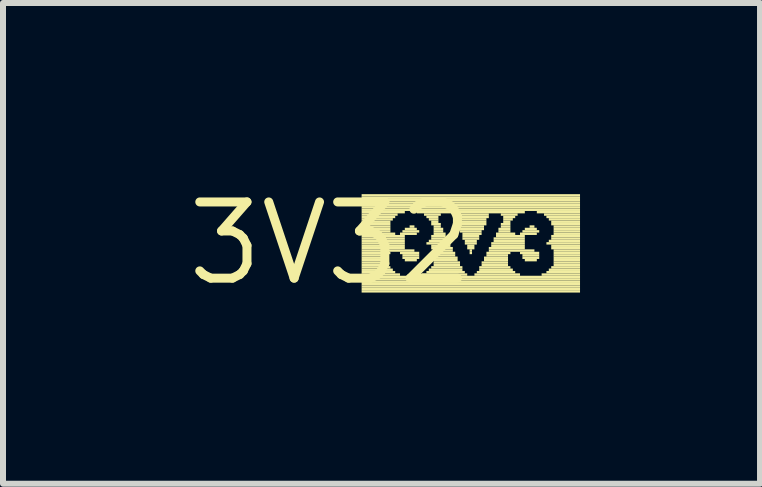
<source format=kicad_pcb>
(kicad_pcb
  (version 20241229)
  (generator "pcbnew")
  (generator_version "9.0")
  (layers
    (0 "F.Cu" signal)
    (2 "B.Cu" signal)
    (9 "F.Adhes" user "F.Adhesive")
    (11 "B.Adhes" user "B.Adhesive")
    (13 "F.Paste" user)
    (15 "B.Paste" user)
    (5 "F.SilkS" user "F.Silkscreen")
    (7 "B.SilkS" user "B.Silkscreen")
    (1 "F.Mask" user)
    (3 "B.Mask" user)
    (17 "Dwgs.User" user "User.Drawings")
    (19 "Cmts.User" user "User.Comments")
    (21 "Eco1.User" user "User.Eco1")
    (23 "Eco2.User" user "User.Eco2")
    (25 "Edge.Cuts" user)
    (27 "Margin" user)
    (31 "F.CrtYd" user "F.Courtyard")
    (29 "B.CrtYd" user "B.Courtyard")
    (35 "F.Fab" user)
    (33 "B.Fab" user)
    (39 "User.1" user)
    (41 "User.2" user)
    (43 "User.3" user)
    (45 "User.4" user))
  (footprint "3V32"
    (layer "F.Cu")
    (at 2.457 1.006)
    (property "Reference" "3V32" (at 0 0 0) (layer "F.SilkS") (effects (font (size 1.27 1.27) (thickness 0.15))))
    (fp_poly (pts (xy 0.52 -0.78) (xy 4.16 -0.78) (xy 4.16 -0.82) (xy 0.52 -0.82)) (stroke (width 0) (type default)) (fill yes) (layer "F.SilkS"))
    (fp_poly (pts (xy 0.52 -0.74) (xy 4.16 -0.74) (xy 4.16 -0.78) (xy 0.52 -0.78)) (stroke (width 0) (type default)) (fill yes) (layer "F.SilkS"))
    (fp_poly (pts (xy 0.52 -0.7) (xy 4.16 -0.7) (xy 4.16 -0.74) (xy 0.52 -0.74)) (stroke (width 0) (type default)) (fill yes) (layer "F.SilkS"))
    (fp_poly (pts (xy 0.52 -0.66) (xy 4.16 -0.66) (xy 4.16 -0.7) (xy 0.52 -0.7)) (stroke (width 0) (type default)) (fill yes) (layer "F.SilkS"))
    (fp_poly (pts (xy 0.52 -0.62) (xy 4.16 -0.62) (xy 4.16 -0.66) (xy 0.52 -0.66)) (stroke (width 0) (type default)) (fill yes) (layer "F.SilkS"))
    (fp_poly (pts (xy 0.52 -0.58) (xy 4.16 -0.58) (xy 4.16 -0.62) (xy 0.52 -0.62)) (stroke (width 0) (type default)) (fill yes) (layer "F.SilkS"))
    (fp_poly (pts (xy 0.52 -0.54) (xy 4.16 -0.54) (xy 4.16 -0.58) (xy 0.52 -0.58)) (stroke (width 0) (type default)) (fill yes) (layer "F.SilkS"))
    (fp_poly (pts (xy 0.52 -0.5) (xy 1.24 -0.5) (xy 1.24 -0.54) (xy 0.52 -0.54)) (stroke (width 0) (type default)) (fill yes) (layer "F.SilkS"))
    (fp_poly (pts (xy 0.52 -0.46) (xy 1.12 -0.46) (xy 1.12 -0.5) (xy 0.52 -0.5)) (stroke (width 0) (type default)) (fill yes) (layer "F.SilkS"))
    (fp_poly (pts (xy 0.52 -0.42) (xy 1.08 -0.42) (xy 1.08 -0.46) (xy 0.52 -0.46)) (stroke (width 0) (type default)) (fill yes) (layer "F.SilkS"))
    (fp_poly (pts (xy 0.52 -0.38) (xy 1.04 -0.38) (xy 1.04 -0.42) (xy 0.52 -0.42)) (stroke (width 0) (type default)) (fill yes) (layer "F.SilkS"))
    (fp_poly (pts (xy 0.52 -0.34) (xy 1 -0.34) (xy 1 -0.38) (xy 0.52 -0.38)) (stroke (width 0) (type default)) (fill yes) (layer "F.SilkS"))
    (fp_poly (pts (xy 0.52 -0.3) (xy 1 -0.3) (xy 1 -0.34) (xy 0.52 -0.34)) (stroke (width 0) (type default)) (fill yes) (layer "F.SilkS"))
    (fp_poly (pts (xy 0.52 -0.26) (xy 1 -0.26) (xy 1 -0.3) (xy 0.52 -0.3)) (stroke (width 0) (type default)) (fill yes) (layer "F.SilkS"))
    (fp_poly (pts (xy 0.52 -0.22) (xy 1 -0.22) (xy 1 -0.26) (xy 0.52 -0.26)) (stroke (width 0) (type default)) (fill yes) (layer "F.SilkS"))
    (fp_poly (pts (xy 0.52 -0.18) (xy 1 -0.18) (xy 1 -0.22) (xy 0.52 -0.22)) (stroke (width 0) (type default)) (fill yes) (layer "F.SilkS"))
    (fp_poly (pts (xy 0.52 -0.14) (xy 1.08 -0.14) (xy 1.08 -0.18) (xy 0.52 -0.18)) (stroke (width 0) (type default)) (fill yes) (layer "F.SilkS"))
    (fp_poly (pts (xy 0.52 -0.1) (xy 1.24 -0.1) (xy 1.24 -0.14) (xy 0.52 -0.14)) (stroke (width 0) (type default)) (fill yes) (layer "F.SilkS"))
    (fp_poly (pts (xy 0.52 -0.06) (xy 1.24 -0.06) (xy 1.24 -0.1) (xy 0.52 -0.1)) (stroke (width 0) (type default)) (fill yes) (layer "F.SilkS"))
    (fp_poly (pts (xy 0.52 -0.02) (xy 1.24 -0.02) (xy 1.24 -0.06) (xy 0.52 -0.06)) (stroke (width 0) (type default)) (fill yes) (layer "F.SilkS"))
    (fp_poly (pts (xy 0.52 0.02) (xy 1.24 0.02) (xy 1.24 -0.02) (xy 0.52 -0.02)) (stroke (width 0) (type default)) (fill yes) (layer "F.SilkS"))
    (fp_poly (pts (xy 0.52 0.06) (xy 1.24 0.06) (xy 1.24 0.02) (xy 0.52 0.02)) (stroke (width 0) (type default)) (fill yes) (layer "F.SilkS"))
    (fp_poly (pts (xy 0.52 0.1) (xy 1.24 0.1) (xy 1.24 0.06) (xy 0.52 0.06)) (stroke (width 0) (type default)) (fill yes) (layer "F.SilkS"))
    (fp_poly (pts (xy 0.52 0.14) (xy 1.4 0.14) (xy 1.4 0.1) (xy 0.52 0.1)) (stroke (width 0) (type default)) (fill yes) (layer "F.SilkS"))
    (fp_poly (pts (xy 0.52 0.18) (xy 1 0.18) (xy 1 0.14) (xy 0.52 0.14)) (stroke (width 0) (type default)) (fill yes) (layer "F.SilkS"))
    (fp_poly (pts (xy 0.52 0.22) (xy 0.96 0.22) (xy 0.96 0.18) (xy 0.52 0.18)) (stroke (width 0) (type default)) (fill yes) (layer "F.SilkS"))
    (fp_poly (pts (xy 0.52 0.26) (xy 0.96 0.26) (xy 0.96 0.22) (xy 0.52 0.22)) (stroke (width 0) (type default)) (fill yes) (layer "F.SilkS"))
    (fp_poly (pts (xy 0.52 0.3) (xy 0.96 0.3) (xy 0.96 0.26) (xy 0.52 0.26)) (stroke (width 0) (type default)) (fill yes) (layer "F.SilkS"))
    (fp_poly (pts (xy 0.52 0.34) (xy 0.96 0.34) (xy 0.96 0.3) (xy 0.52 0.3)) (stroke (width 0) (type default)) (fill yes) (layer "F.SilkS"))
    (fp_poly (pts (xy 0.52 0.38) (xy 0.96 0.38) (xy 0.96 0.34) (xy 0.52 0.34)) (stroke (width 0) (type default)) (fill yes) (layer "F.SilkS"))
    (fp_poly (pts (xy 0.52 0.42) (xy 1 0.42) (xy 1 0.38) (xy 0.52 0.38)) (stroke (width 0) (type default)) (fill yes) (layer "F.SilkS"))
    (fp_poly (pts (xy 0.52 0.46) (xy 1.04 0.46) (xy 1.04 0.42) (xy 0.52 0.42)) (stroke (width 0) (type default)) (fill yes) (layer "F.SilkS"))
    (fp_poly (pts (xy 0.52 0.5) (xy 1.08 0.5) (xy 1.08 0.46) (xy 0.52 0.46)) (stroke (width 0) (type default)) (fill yes) (layer "F.SilkS"))
    (fp_poly (pts (xy 0.52 0.54) (xy 1.16 0.54) (xy 1.16 0.5) (xy 0.52 0.5)) (stroke (width 0) (type default)) (fill yes) (layer "F.SilkS"))
    (fp_poly (pts (xy 0.52 0.58) (xy 4.16 0.58) (xy 4.16 0.54) (xy 0.52 0.54)) (stroke (width 0) (type default)) (fill yes) (layer "F.SilkS"))
    (fp_poly (pts (xy 0.52 0.62) (xy 4.16 0.62) (xy 4.16 0.58) (xy 0.52 0.58)) (stroke (width 0) (type default)) (fill yes) (layer "F.SilkS"))
    (fp_poly (pts (xy 0.52 0.66) (xy 4.16 0.66) (xy 4.16 0.62) (xy 0.52 0.62)) (stroke (width 0) (type default)) (fill yes) (layer "F.SilkS"))
    (fp_poly (pts (xy 0.52 0.7) (xy 4.16 0.7) (xy 4.16 0.66) (xy 0.52 0.66)) (stroke (width 0) (type default)) (fill yes) (layer "F.SilkS"))
    (fp_poly (pts (xy 0.52 0.74) (xy 4.16 0.74) (xy 4.16 0.7) (xy 0.52 0.7)) (stroke (width 0) (type default)) (fill yes) (layer "F.SilkS"))
    (fp_poly (pts (xy 0.52 0.78) (xy 4.16 0.78) (xy 4.16 0.74) (xy 0.52 0.74)) (stroke (width 0) (type default)) (fill yes) (layer "F.SilkS"))
    (fp_poly (pts (xy 0.52 0.82) (xy 4.16 0.82) (xy 4.16 0.78) (xy 0.52 0.78)) (stroke (width 0) (type default)) (fill yes) (layer "F.SilkS"))
    (fp_poly (pts (xy 1.16 -0.14) (xy 1.44 -0.14) (xy 1.44 -0.18) (xy 1.16 -0.18)) (stroke (width 0) (type default)) (fill yes) (layer "F.SilkS"))
    (fp_poly (pts (xy 1.16 0.18) (xy 1.48 0.18) (xy 1.48 0.14) (xy 1.16 0.14)) (stroke (width 0) (type default)) (fill yes) (layer "F.SilkS"))
    (fp_poly (pts (xy 1.2 -0.18) (xy 1.48 -0.18) (xy 1.48 -0.22) (xy 1.2 -0.22)) (stroke (width 0) (type default)) (fill yes) (layer "F.SilkS"))
    (fp_poly (pts (xy 1.2 0.22) (xy 1.48 0.22) (xy 1.48 0.18) (xy 1.2 0.18)) (stroke (width 0) (type default)) (fill yes) (layer "F.SilkS"))
    (fp_poly (pts (xy 1.2 0.26) (xy 1.48 0.26) (xy 1.48 0.22) (xy 1.2 0.22)) (stroke (width 0) (type default)) (fill yes) (layer "F.SilkS"))
    (fp_poly (pts (xy 1.24 -0.22) (xy 1.44 -0.22) (xy 1.44 -0.26) (xy 1.24 -0.26)) (stroke (width 0) (type default)) (fill yes) (layer "F.SilkS"))
    (fp_poly (pts (xy 1.24 0.3) (xy 1.44 0.3) (xy 1.44 0.26) (xy 1.24 0.26)) (stroke (width 0) (type default)) (fill yes) (layer "F.SilkS"))
    (fp_poly (pts (xy 1.32 -0.26) (xy 1.4 -0.26) (xy 1.4 -0.3) (xy 1.32 -0.3)) (stroke (width 0) (type default)) (fill yes) (layer "F.SilkS"))
    (fp_poly (pts (xy 1.44 -0.5) (xy 3.24 -0.5) (xy 3.24 -0.54) (xy 1.44 -0.54)) (stroke (width 0) (type default)) (fill yes) (layer "F.SilkS"))
    (fp_poly (pts (xy 1.52 0.54) (xy 2.28 0.54) (xy 2.28 0.5) (xy 1.52 0.5)) (stroke (width 0) (type default)) (fill yes) (layer "F.SilkS"))
    (fp_poly (pts (xy 1.56 -0.46) (xy 1.84 -0.46) (xy 1.84 -0.5) (xy 1.56 -0.5)) (stroke (width 0) (type default)) (fill yes) (layer "F.SilkS"))
    (fp_poly (pts (xy 1.6 -0.42) (xy 1.8 -0.42) (xy 1.8 -0.46) (xy 1.6 -0.46)) (stroke (width 0) (type default)) (fill yes) (layer "F.SilkS"))
    (fp_poly (pts (xy 1.6 0.02) (xy 2 0.02) (xy 2 -0.02) (xy 1.6 -0.02)) (stroke (width 0) (type default)) (fill yes) (layer "F.SilkS"))
    (fp_poly (pts (xy 1.6 0.5) (xy 2.24 0.5) (xy 2.24 0.46) (xy 1.6 0.46)) (stroke (width 0) (type default)) (fill yes) (layer "F.SilkS"))
    (fp_poly (pts (xy 1.64 -0.38) (xy 1.8 -0.38) (xy 1.8 -0.42) (xy 1.64 -0.42)) (stroke (width 0) (type default)) (fill yes) (layer "F.SilkS"))
    (fp_poly (pts (xy 1.64 -0.02) (xy 1.96 -0.02) (xy 1.96 -0.06) (xy 1.64 -0.06)) (stroke (width 0) (type default)) (fill yes) (layer "F.SilkS"))
    (fp_poly (pts (xy 1.64 0.46) (xy 2.2 0.46) (xy 2.2 0.42) (xy 1.64 0.42)) (stroke (width 0) (type default)) (fill yes) (layer "F.SilkS"))
    (fp_poly (pts (xy 1.68 -0.34) (xy 1.8 -0.34) (xy 1.8 -0.38) (xy 1.68 -0.38)) (stroke (width 0) (type default)) (fill yes) (layer "F.SilkS"))
    (fp_poly (pts (xy 1.68 -0.3) (xy 1.84 -0.3) (xy 1.84 -0.34) (xy 1.68 -0.34)) (stroke (width 0) (type default)) (fill yes) (layer "F.SilkS"))
    (fp_poly (pts (xy 1.68 -0.1) (xy 1.92 -0.1) (xy 1.92 -0.14) (xy 1.68 -0.14)) (stroke (width 0) (type default)) (fill yes) (layer "F.SilkS"))
    (fp_poly (pts (xy 1.68 -0.06) (xy 1.96 -0.06) (xy 1.96 -0.1) (xy 1.68 -0.1)) (stroke (width 0) (type default)) (fill yes) (layer "F.SilkS"))
    (fp_poly (pts (xy 1.68 0.06) (xy 2 0.06) (xy 2 0.02) (xy 1.68 0.02)) (stroke (width 0) (type default)) (fill yes) (layer "F.SilkS"))
    (fp_poly (pts (xy 1.68 0.1) (xy 2.04 0.1) (xy 2.04 0.06) (xy 1.68 0.06)) (stroke (width 0) (type default)) (fill yes) (layer "F.SilkS"))
    (fp_poly (pts (xy 1.68 0.42) (xy 2.2 0.42) (xy 2.2 0.38) (xy 1.68 0.38)) (stroke (width 0) (type default)) (fill yes) (layer "F.SilkS"))
    (fp_poly (pts (xy 1.72 -0.26) (xy 1.84 -0.26) (xy 1.84 -0.3) (xy 1.72 -0.3)) (stroke (width 0) (type default)) (fill yes) (layer "F.SilkS"))
    (fp_poly (pts (xy 1.72 -0.22) (xy 1.88 -0.22) (xy 1.88 -0.26) (xy 1.72 -0.26)) (stroke (width 0) (type default)) (fill yes) (layer "F.SilkS"))
    (fp_poly (pts (xy 1.72 -0.18) (xy 1.88 -0.18) (xy 1.88 -0.22) (xy 1.72 -0.22)) (stroke (width 0) (type default)) (fill yes) (layer "F.SilkS"))
    (fp_poly (pts (xy 1.72 -0.14) (xy 1.92 -0.14) (xy 1.92 -0.18) (xy 1.72 -0.18)) (stroke (width 0) (type default)) (fill yes) (layer "F.SilkS"))
    (fp_poly (pts (xy 1.72 0.14) (xy 2.04 0.14) (xy 2.04 0.1) (xy 1.72 0.1)) (stroke (width 0) (type default)) (fill yes) (layer "F.SilkS"))
    (fp_poly (pts (xy 1.72 0.18) (xy 2.08 0.18) (xy 2.08 0.14) (xy 1.72 0.14)) (stroke (width 0) (type default)) (fill yes) (layer "F.SilkS"))
    (fp_poly (pts (xy 1.72 0.22) (xy 2.08 0.22) (xy 2.08 0.18) (xy 1.72 0.18)) (stroke (width 0) (type default)) (fill yes) (layer "F.SilkS"))
    (fp_poly (pts (xy 1.72 0.26) (xy 2.12 0.26) (xy 2.12 0.22) (xy 1.72 0.22)) (stroke (width 0) (type default)) (fill yes) (layer "F.SilkS"))
    (fp_poly (pts (xy 1.72 0.3) (xy 2.12 0.3) (xy 2.12 0.26) (xy 1.72 0.26)) (stroke (width 0) (type default)) (fill yes) (layer "F.SilkS"))
    (fp_poly (pts (xy 1.72 0.34) (xy 2.16 0.34) (xy 2.16 0.3) (xy 1.72 0.3)) (stroke (width 0) (type default)) (fill yes) (layer "F.SilkS"))
    (fp_poly (pts (xy 1.72 0.38) (xy 2.16 0.38) (xy 2.16 0.34) (xy 1.72 0.34)) (stroke (width 0) (type default)) (fill yes) (layer "F.SilkS"))
    (fp_poly (pts (xy 2.04 -0.46) (xy 2.64 -0.46) (xy 2.64 -0.5) (xy 2.04 -0.5)) (stroke (width 0) (type default)) (fill yes) (layer "F.SilkS"))
    (fp_poly (pts (xy 2.04 -0.42) (xy 2.64 -0.42) (xy 2.64 -0.46) (xy 2.04 -0.46)) (stroke (width 0) (type default)) (fill yes) (layer "F.SilkS"))
    (fp_poly (pts (xy 2.08 -0.38) (xy 2.6 -0.38) (xy 2.6 -0.42) (xy 2.08 -0.42)) (stroke (width 0) (type default)) (fill yes) (layer "F.SilkS"))
    (fp_poly (pts (xy 2.08 -0.34) (xy 2.6 -0.34) (xy 2.6 -0.38) (xy 2.08 -0.38)) (stroke (width 0) (type default)) (fill yes) (layer "F.SilkS"))
    (fp_poly (pts (xy 2.12 -0.3) (xy 2.6 -0.3) (xy 2.6 -0.34) (xy 2.12 -0.34)) (stroke (width 0) (type default)) (fill yes) (layer "F.SilkS"))
    (fp_poly (pts (xy 2.12 -0.26) (xy 2.56 -0.26) (xy 2.56 -0.3) (xy 2.12 -0.3)) (stroke (width 0) (type default)) (fill yes) (layer "F.SilkS"))
    (fp_poly (pts (xy 2.16 -0.22) (xy 2.56 -0.22) (xy 2.56 -0.26) (xy 2.16 -0.26)) (stroke (width 0) (type default)) (fill yes) (layer "F.SilkS"))
    (fp_poly (pts (xy 2.16 -0.18) (xy 2.52 -0.18) (xy 2.52 -0.22) (xy 2.16 -0.22)) (stroke (width 0) (type default)) (fill yes) (layer "F.SilkS"))
    (fp_poly (pts (xy 2.2 -0.14) (xy 2.52 -0.14) (xy 2.52 -0.18) (xy 2.2 -0.18)) (stroke (width 0) (type default)) (fill yes) (layer "F.SilkS"))
    (fp_poly (pts (xy 2.2 -0.1) (xy 2.48 -0.1) (xy 2.48 -0.14) (xy 2.2 -0.14)) (stroke (width 0) (type default)) (fill yes) (layer "F.SilkS"))
    (fp_poly (pts (xy 2.2 -0.06) (xy 2.48 -0.06) (xy 2.48 -0.1) (xy 2.2 -0.1)) (stroke (width 0) (type default)) (fill yes) (layer "F.SilkS"))
    (fp_poly (pts (xy 2.24 -0.02) (xy 2.44 -0.02) (xy 2.44 -0.06) (xy 2.24 -0.06)) (stroke (width 0) (type default)) (fill yes) (layer "F.SilkS"))
    (fp_poly (pts (xy 2.24 0.02) (xy 2.44 0.02) (xy 2.44 -0.02) (xy 2.24 -0.02)) (stroke (width 0) (type default)) (fill yes) (layer "F.SilkS"))
    (fp_poly (pts (xy 2.28 0.06) (xy 2.4 0.06) (xy 2.4 0.02) (xy 2.28 0.02)) (stroke (width 0) (type default)) (fill yes) (layer "F.SilkS"))
    (fp_poly (pts (xy 2.28 0.1) (xy 2.4 0.1) (xy 2.4 0.06) (xy 2.28 0.06)) (stroke (width 0) (type default)) (fill yes) (layer "F.SilkS"))
    (fp_poly (pts (xy 2.32 0.14) (xy 2.36 0.14) (xy 2.36 0.1) (xy 2.32 0.1)) (stroke (width 0) (type default)) (fill yes) (layer "F.SilkS"))
    (fp_poly (pts (xy 2.32 0.18) (xy 2.36 0.18) (xy 2.36 0.14) (xy 2.32 0.14)) (stroke (width 0) (type default)) (fill yes) (layer "F.SilkS"))
    (fp_poly (pts (xy 2.4 0.54) (xy 3.16 0.54) (xy 3.16 0.5) (xy 2.4 0.5)) (stroke (width 0) (type default)) (fill yes) (layer "F.SilkS"))
    (fp_poly (pts (xy 2.44 0.5) (xy 3.08 0.5) (xy 3.08 0.46) (xy 2.44 0.46)) (stroke (width 0) (type default)) (fill yes) (layer "F.SilkS"))
    (fp_poly (pts (xy 2.48 0.42) (xy 3 0.42) (xy 3 0.38) (xy 2.48 0.38)) (stroke (width 0) (type default)) (fill yes) (layer "F.SilkS"))
    (fp_poly (pts (xy 2.48 0.46) (xy 3.04 0.46) (xy 3.04 0.42) (xy 2.48 0.42)) (stroke (width 0) (type default)) (fill yes) (layer "F.SilkS"))
    (fp_poly (pts (xy 2.52 0.34) (xy 2.96 0.34) (xy 2.96 0.3) (xy 2.52 0.3)) (stroke (width 0) (type default)) (fill yes) (layer "F.SilkS"))
    (fp_poly (pts (xy 2.52 0.38) (xy 2.96 0.38) (xy 2.96 0.34) (xy 2.52 0.34)) (stroke (width 0) (type default)) (fill yes) (layer "F.SilkS"))
    (fp_poly (pts (xy 2.56 0.26) (xy 2.96 0.26) (xy 2.96 0.22) (xy 2.56 0.22)) (stroke (width 0) (type default)) (fill yes) (layer "F.SilkS"))
    (fp_poly (pts (xy 2.56 0.3) (xy 2.96 0.3) (xy 2.96 0.26) (xy 2.56 0.26)) (stroke (width 0) (type default)) (fill yes) (layer "F.SilkS"))
    (fp_poly (pts (xy 2.6 0.18) (xy 3 0.18) (xy 3 0.14) (xy 2.6 0.14)) (stroke (width 0) (type default)) (fill yes) (layer "F.SilkS"))
    (fp_poly (pts (xy 2.6 0.22) (xy 2.96 0.22) (xy 2.96 0.18) (xy 2.6 0.18)) (stroke (width 0) (type default)) (fill yes) (layer "F.SilkS"))
    (fp_poly (pts (xy 2.64 0.1) (xy 3.24 0.1) (xy 3.24 0.06) (xy 2.64 0.06)) (stroke (width 0) (type default)) (fill yes) (layer "F.SilkS"))
    (fp_poly (pts (xy 2.64 0.14) (xy 3.4 0.14) (xy 3.4 0.1) (xy 2.64 0.1)) (stroke (width 0) (type default)) (fill yes) (layer "F.SilkS"))
    (fp_poly (pts (xy 2.68 0.02) (xy 3.24 0.02) (xy 3.24 -0.02) (xy 2.68 -0.02)) (stroke (width 0) (type default)) (fill yes) (layer "F.SilkS"))
    (fp_poly (pts (xy 2.68 0.06) (xy 3.24 0.06) (xy 3.24 0.02) (xy 2.68 0.02)) (stroke (width 0) (type default)) (fill yes) (layer "F.SilkS"))
    (fp_poly (pts (xy 2.72 -0.06) (xy 3.24 -0.06) (xy 3.24 -0.1) (xy 2.72 -0.1)) (stroke (width 0) (type default)) (fill yes) (layer "F.SilkS"))
    (fp_poly (pts (xy 2.72 -0.02) (xy 3.24 -0.02) (xy 3.24 -0.06) (xy 2.72 -0.06)) (stroke (width 0) (type default)) (fill yes) (layer "F.SilkS"))
    (fp_poly (pts (xy 2.76 -0.14) (xy 3.08 -0.14) (xy 3.08 -0.18) (xy 2.76 -0.18)) (stroke (width 0) (type default)) (fill yes) (layer "F.SilkS"))
    (fp_poly (pts (xy 2.76 -0.1) (xy 3.24 -0.1) (xy 3.24 -0.14) (xy 2.76 -0.14)) (stroke (width 0) (type default)) (fill yes) (layer "F.SilkS"))
    (fp_poly (pts (xy 2.8 -0.22) (xy 3 -0.22) (xy 3 -0.26) (xy 2.8 -0.26)) (stroke (width 0) (type default)) (fill yes) (layer "F.SilkS"))
    (fp_poly (pts (xy 2.8 -0.18) (xy 3 -0.18) (xy 3 -0.22) (xy 2.8 -0.22)) (stroke (width 0) (type default)) (fill yes) (layer "F.SilkS"))
    (fp_poly (pts (xy 2.84 -0.46) (xy 3.12 -0.46) (xy 3.12 -0.5) (xy 2.84 -0.5)) (stroke (width 0) (type default)) (fill yes) (layer "F.SilkS"))
    (fp_poly (pts (xy 2.84 -0.3) (xy 3 -0.3) (xy 3 -0.34) (xy 2.84 -0.34)) (stroke (width 0) (type default)) (fill yes) (layer "F.SilkS"))
    (fp_poly (pts (xy 2.84 -0.26) (xy 3 -0.26) (xy 3 -0.3) (xy 2.84 -0.3)) (stroke (width 0) (type default)) (fill yes) (layer "F.SilkS"))
    (fp_poly (pts (xy 2.88 -0.42) (xy 3.08 -0.42) (xy 3.08 -0.46) (xy 2.88 -0.46)) (stroke (width 0) (type default)) (fill yes) (layer "F.SilkS"))
    (fp_poly (pts (xy 2.88 -0.38) (xy 3.04 -0.38) (xy 3.04 -0.42) (xy 2.88 -0.42)) (stroke (width 0) (type default)) (fill yes) (layer "F.SilkS"))
    (fp_poly (pts (xy 2.88 -0.34) (xy 3 -0.34) (xy 3 -0.38) (xy 2.88 -0.38)) (stroke (width 0) (type default)) (fill yes) (layer "F.SilkS"))
    (fp_poly (pts (xy 3.16 -0.14) (xy 3.44 -0.14) (xy 3.44 -0.18) (xy 3.16 -0.18)) (stroke (width 0) (type default)) (fill yes) (layer "F.SilkS"))
    (fp_poly (pts (xy 3.16 0.18) (xy 3.48 0.18) (xy 3.48 0.14) (xy 3.16 0.14)) (stroke (width 0) (type default)) (fill yes) (layer "F.SilkS"))
    (fp_poly (pts (xy 3.2 -0.18) (xy 3.48 -0.18) (xy 3.48 -0.22) (xy 3.2 -0.22)) (stroke (width 0) (type default)) (fill yes) (layer "F.SilkS"))
    (fp_poly (pts (xy 3.2 0.22) (xy 3.48 0.22) (xy 3.48 0.18) (xy 3.2 0.18)) (stroke (width 0) (type default)) (fill yes) (layer "F.SilkS"))
    (fp_poly (pts (xy 3.2 0.26) (xy 3.48 0.26) (xy 3.48 0.22) (xy 3.2 0.22)) (stroke (width 0) (type default)) (fill yes) (layer "F.SilkS"))
    (fp_poly (pts (xy 3.24 -0.22) (xy 3.44 -0.22) (xy 3.44 -0.26) (xy 3.24 -0.26)) (stroke (width 0) (type default)) (fill yes) (layer "F.SilkS"))
    (fp_poly (pts (xy 3.24 0.3) (xy 3.44 0.3) (xy 3.44 0.26) (xy 3.24 0.26)) (stroke (width 0) (type default)) (fill yes) (layer "F.SilkS"))
    (fp_poly (pts (xy 3.32 -0.26) (xy 3.4 -0.26) (xy 3.4 -0.3) (xy 3.32 -0.3)) (stroke (width 0) (type default)) (fill yes) (layer "F.SilkS"))
    (fp_poly (pts (xy 3.44 -0.5) (xy 4.16 -0.5) (xy 4.16 -0.54) (xy 3.44 -0.54)) (stroke (width 0) (type default)) (fill yes) (layer "F.SilkS"))
    (fp_poly (pts (xy 3.52 0.54) (xy 4.16 0.54) (xy 4.16 0.5) (xy 3.52 0.5)) (stroke (width 0) (type default)) (fill yes) (layer "F.SilkS"))
    (fp_poly (pts (xy 3.56 -0.46) (xy 4.16 -0.46) (xy 4.16 -0.5) (xy 3.56 -0.5)) (stroke (width 0) (type default)) (fill yes) (layer "F.SilkS"))
    (fp_poly (pts (xy 3.6 -0.42) (xy 4.16 -0.42) (xy 4.16 -0.46) (xy 3.6 -0.46)) (stroke (width 0) (type default)) (fill yes) (layer "F.SilkS"))
    (fp_poly (pts (xy 3.6 0.02) (xy 4.16 0.02) (xy 4.16 -0.02) (xy 3.6 -0.02)) (stroke (width 0) (type default)) (fill yes) (layer "F.SilkS"))
    (fp_poly (pts (xy 3.6 0.5) (xy 4.16 0.5) (xy 4.16 0.46) (xy 3.6 0.46)) (stroke (width 0) (type default)) (fill yes) (layer "F.SilkS"))
    (fp_poly (pts (xy 3.64 -0.38) (xy 4.16 -0.38) (xy 4.16 -0.42) (xy 3.64 -0.42)) (stroke (width 0) (type default)) (fill yes) (layer "F.SilkS"))
    (fp_poly (pts (xy 3.64 -0.02) (xy 4.16 -0.02) (xy 4.16 -0.06) (xy 3.64 -0.06)) (stroke (width 0) (type default)) (fill yes) (layer "F.SilkS"))
    (fp_poly (pts (xy 3.64 0.46) (xy 4.16 0.46) (xy 4.16 0.42) (xy 3.64 0.42)) (stroke (width 0) (type default)) (fill yes) (layer "F.SilkS"))
    (fp_poly (pts (xy 3.68 -0.34) (xy 4.16 -0.34) (xy 4.16 -0.38) (xy 3.68 -0.38)) (stroke (width 0) (type default)) (fill yes) (layer "F.SilkS"))
    (fp_poly (pts (xy 3.68 -0.3) (xy 4.16 -0.3) (xy 4.16 -0.34) (xy 3.68 -0.34)) (stroke (width 0) (type default)) (fill yes) (layer "F.SilkS"))
    (fp_poly (pts (xy 3.68 -0.1) (xy 4.16 -0.1) (xy 4.16 -0.14) (xy 3.68 -0.14)) (stroke (width 0) (type default)) (fill yes) (layer "F.SilkS"))
    (fp_poly (pts (xy 3.68 -0.06) (xy 4.16 -0.06) (xy 4.16 -0.1) (xy 3.68 -0.1)) (stroke (width 0) (type default)) (fill yes) (layer "F.SilkS"))
    (fp_poly (pts (xy 3.68 0.06) (xy 4.16 0.06) (xy 4.16 0.02) (xy 3.68 0.02)) (stroke (width 0) (type default)) (fill yes) (layer "F.SilkS"))
    (fp_poly (pts (xy 3.68 0.1) (xy 4.16 0.1) (xy 4.16 0.06) (xy 3.68 0.06)) (stroke (width 0) (type default)) (fill yes) (layer "F.SilkS"))
    (fp_poly (pts (xy 3.68 0.42) (xy 4.16 0.42) (xy 4.16 0.38) (xy 3.68 0.38)) (stroke (width 0) (type default)) (fill yes) (layer "F.SilkS"))
    (fp_poly (pts (xy 3.72 -0.26) (xy 4.16 -0.26) (xy 4.16 -0.3) (xy 3.72 -0.3)) (stroke (width 0) (type default)) (fill yes) (layer "F.SilkS"))
    (fp_poly (pts (xy 3.72 -0.22) (xy 4.16 -0.22) (xy 4.16 -0.26) (xy 3.72 -0.26)) (stroke (width 0) (type default)) (fill yes) (layer "F.SilkS"))
    (fp_poly (pts (xy 3.72 -0.18) (xy 4.16 -0.18) (xy 4.16 -0.22) (xy 3.72 -0.22)) (stroke (width 0) (type default)) (fill yes) (layer "F.SilkS"))
    (fp_poly (pts (xy 3.72 -0.14) (xy 4.16 -0.14) (xy 4.16 -0.18) (xy 3.72 -0.18)) (stroke (width 0) (type default)) (fill yes) (layer "F.SilkS"))
    (fp_poly (pts (xy 3.72 0.14) (xy 4.16 0.14) (xy 4.16 0.1) (xy 3.72 0.1)) (stroke (width 0) (type default)) (fill yes) (layer "F.SilkS"))
    (fp_poly (pts (xy 3.72 0.18) (xy 4.16 0.18) (xy 4.16 0.14) (xy 3.72 0.14)) (stroke (width 0) (type default)) (fill yes) (layer "F.SilkS"))
    (fp_poly (pts (xy 3.72 0.22) (xy 4.16 0.22) (xy 4.16 0.18) (xy 3.72 0.18)) (stroke (width 0) (type default)) (fill yes) (layer "F.SilkS"))
    (fp_poly (pts (xy 3.72 0.26) (xy 4.16 0.26) (xy 4.16 0.22) (xy 3.72 0.22)) (stroke (width 0) (type default)) (fill yes) (layer "F.SilkS"))
    (fp_poly (pts (xy 3.72 0.3) (xy 4.16 0.3) (xy 4.16 0.26) (xy 3.72 0.26)) (stroke (width 0) (type default)) (fill yes) (layer "F.SilkS"))
    (fp_poly (pts (xy 3.72 0.34) (xy 4.16 0.34) (xy 4.16 0.3) (xy 3.72 0.3)) (stroke (width 0) (type default)) (fill yes) (layer "F.SilkS"))
    (fp_poly (pts (xy 3.72 0.38) (xy 4.16 0.38) (xy 4.16 0.34) (xy 3.72 0.34)) (stroke (width 0) (type default)) (fill yes) (layer "F.SilkS")))
  (gr_rect
    (start -3 -3)
    (end 9.617 5.012)
    (stroke (width 0.1) (type default))
    (fill no)
    (layer "Edge.Cuts")))
</source>
